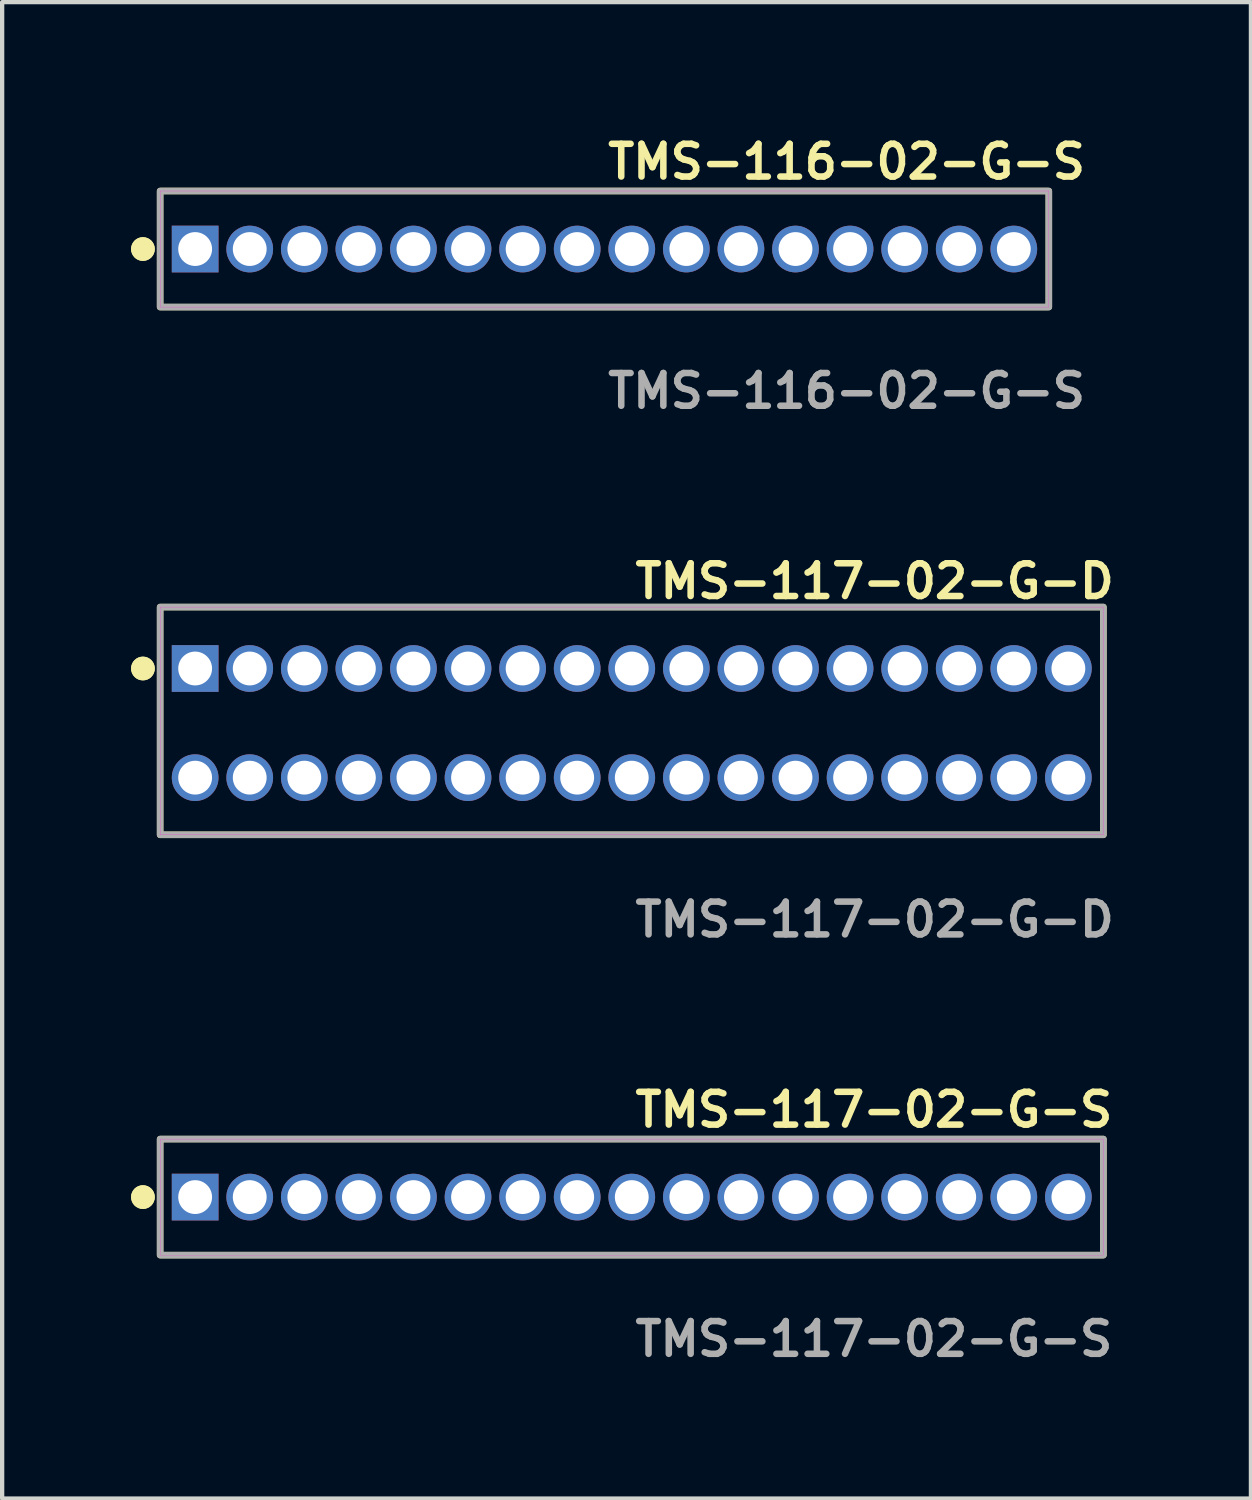
<source format=kicad_pcb>
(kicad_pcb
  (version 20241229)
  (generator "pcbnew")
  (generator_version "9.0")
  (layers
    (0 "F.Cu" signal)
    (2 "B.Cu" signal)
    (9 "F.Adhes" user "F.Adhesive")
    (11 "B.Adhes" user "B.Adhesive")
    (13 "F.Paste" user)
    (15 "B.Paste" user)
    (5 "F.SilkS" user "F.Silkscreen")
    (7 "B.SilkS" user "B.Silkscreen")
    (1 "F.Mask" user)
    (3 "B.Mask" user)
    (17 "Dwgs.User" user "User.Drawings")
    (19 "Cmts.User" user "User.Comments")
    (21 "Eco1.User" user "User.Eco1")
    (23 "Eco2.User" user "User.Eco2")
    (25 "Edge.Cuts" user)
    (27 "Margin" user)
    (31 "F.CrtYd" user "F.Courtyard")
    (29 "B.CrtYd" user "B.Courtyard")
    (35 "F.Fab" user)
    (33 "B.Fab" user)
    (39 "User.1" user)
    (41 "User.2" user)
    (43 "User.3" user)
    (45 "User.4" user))
  (footprint "TMS-117-02-G-S"
    (layer "F.Cu")
    (at 11.651 24.806)
    (property "Reference" "TMS-117-02-G-S" (at 0 -2.032 0) (unlocked yes) (layer "F.SilkS") (effects (font (size 0.762 0.762) (thickness 0.152)) (justify left)))
    (fp_rect (start -10.975 1.35) (end 10.975 -1.35) (stroke (width 0.152) (type solid)) (fill no) (layer "F.SilkS"))
    (fp_circle (center -11.375 0) (end -11.575 0) (stroke (width 0.152) (type solid)) (fill yes) (layer "F.SilkS"))
    (fp_circle (center -11.375 0) (end -11.575 0) (stroke (width 0.152) (type solid)) (fill yes) (layer "F.SilkS"))
    (fp_rect (start -10.975 1.35) (end 10.975 -1.35) (stroke (width 0.006) (type solid)) (fill no) (layer "F.CrtYd"))
    (fp_rect (start -10.975 1.35) (end 10.975 -1.35) (stroke (width 0.152) (type solid)) (fill no) (layer "F.Fab"))
    (fp_text user "${REFERENCE}" (at 0 3.302 0) (unlocked yes) (layer "F.Fab") (effects (font (size 0.762 0.762) (thickness 0.152)) (justify left)))
    (pad "1" thru_hole rect (at -10.16 0) (size 1.087 1.087) (drill 0.787) (layers "*.Cu" "*.Mask"))
    (pad "2" thru_hole circle (at -8.89 0) (size 1.087 1.087) (drill 0.787) (layers "*.Cu" "*.Mask"))
    (pad "3" thru_hole circle (at -7.62 0) (size 1.087 1.087) (drill 0.787) (layers "*.Cu" "*.Mask"))
    (pad "4" thru_hole circle (at -6.35 0) (size 1.087 1.087) (drill 0.787) (layers "*.Cu" "*.Mask"))
    (pad "5" thru_hole circle (at -5.08 0) (size 1.087 1.087) (drill 0.787) (layers "*.Cu" "*.Mask"))
    (pad "6" thru_hole circle (at -3.81 0) (size 1.087 1.087) (drill 0.787) (layers "*.Cu" "*.Mask"))
    (pad "7" thru_hole circle (at -2.54 0) (size 1.087 1.087) (drill 0.787) (layers "*.Cu" "*.Mask"))
    (pad "8" thru_hole circle (at -1.27 0) (size 1.087 1.087) (drill 0.787) (layers "*.Cu" "*.Mask"))
    (pad "9" thru_hole circle (at 0 0) (size 1.087 1.087) (drill 0.787) (layers "*.Cu" "*.Mask"))
    (pad "10" thru_hole circle (at 1.27 0) (size 1.087 1.087) (drill 0.787) (layers "*.Cu" "*.Mask"))
    (pad "11" thru_hole circle (at 2.54 0) (size 1.087 1.087) (drill 0.787) (layers "*.Cu" "*.Mask"))
    (pad "12" thru_hole circle (at 3.81 0) (size 1.087 1.087) (drill 0.787) (layers "*.Cu" "*.Mask"))
    (pad "13" thru_hole circle (at 5.08 0) (size 1.087 1.087) (drill 0.787) (layers "*.Cu" "*.Mask"))
    (pad "14" thru_hole circle (at 6.35 0) (size 1.087 1.087) (drill 0.787) (layers "*.Cu" "*.Mask"))
    (pad "15" thru_hole circle (at 7.62 0) (size 1.087 1.087) (drill 0.787) (layers "*.Cu" "*.Mask"))
    (pad "16" thru_hole circle (at 8.89 0) (size 1.087 1.087) (drill 0.787) (layers "*.Cu" "*.Mask"))
    (pad "17" thru_hole circle (at 10.16 0) (size 1.087 1.087) (drill 0.787) (layers "*.Cu" "*.Mask")))
  (footprint "TMS-117-02-G-D"
    (layer "F.Cu")
    (at 11.651 13.776)
    (property "Reference" "TMS-117-02-G-D" (at 0 -3.302 0) (unlocked yes) (layer "F.SilkS") (effects (font (size 0.762 0.762) (thickness 0.152)) (justify left)))
    (fp_rect (start -10.975 2.6) (end 10.975 -2.7) (stroke (width 0.152) (type solid)) (fill no) (layer "F.SilkS"))
    (fp_circle (center -11.375 -1.27) (end -11.575 -1.27) (stroke (width 0.152) (type solid)) (fill yes) (layer "F.SilkS"))
    (fp_circle (center -11.375 -1.27) (end -11.575 -1.27) (stroke (width 0.152) (type solid)) (fill yes) (layer "F.SilkS"))
    (fp_rect (start -10.975 2.6) (end 10.975 -2.7) (stroke (width 0.006) (type solid)) (fill no) (layer "F.CrtYd"))
    (fp_rect (start -10.975 2.6) (end 10.975 -2.7) (stroke (width 0.152) (type solid)) (fill no) (layer "F.Fab"))
    (fp_text user "${REFERENCE}" (at 0 4.572 0) (unlocked yes) (layer "F.Fab") (effects (font (size 0.762 0.762) (thickness 0.152)) (justify left)))
    (pad "1" thru_hole rect (at -10.16 -1.27) (size 1.087 1.087) (drill 0.787) (layers "*.Cu" "*.Mask"))
    (pad "2" thru_hole circle (at -10.16 1.27) (size 1.087 1.087) (drill 0.787) (layers "*.Cu" "*.Mask"))
    (pad "3" thru_hole circle (at -8.89 -1.27) (size 1.087 1.087) (drill 0.787) (layers "*.Cu" "*.Mask"))
    (pad "4" thru_hole circle (at -8.89 1.27) (size 1.087 1.087) (drill 0.787) (layers "*.Cu" "*.Mask"))
    (pad "5" thru_hole circle (at -7.62 -1.27) (size 1.087 1.087) (drill 0.787) (layers "*.Cu" "*.Mask"))
    (pad "6" thru_hole circle (at -7.62 1.27) (size 1.087 1.087) (drill 0.787) (layers "*.Cu" "*.Mask"))
    (pad "7" thru_hole circle (at -6.35 -1.27) (size 1.087 1.087) (drill 0.787) (layers "*.Cu" "*.Mask"))
    (pad "8" thru_hole circle (at -6.35 1.27) (size 1.087 1.087) (drill 0.787) (layers "*.Cu" "*.Mask"))
    (pad "9" thru_hole circle (at -5.08 -1.27) (size 1.087 1.087) (drill 0.787) (layers "*.Cu" "*.Mask"))
    (pad "10" thru_hole circle (at -5.08 1.27) (size 1.087 1.087) (drill 0.787) (layers "*.Cu" "*.Mask"))
    (pad "11" thru_hole circle (at -3.81 -1.27) (size 1.087 1.087) (drill 0.787) (layers "*.Cu" "*.Mask"))
    (pad "12" thru_hole circle (at -3.81 1.27) (size 1.087 1.087) (drill 0.787) (layers "*.Cu" "*.Mask"))
    (pad "13" thru_hole circle (at -2.54 -1.27) (size 1.087 1.087) (drill 0.787) (layers "*.Cu" "*.Mask"))
    (pad "14" thru_hole circle (at -2.54 1.27) (size 1.087 1.087) (drill 0.787) (layers "*.Cu" "*.Mask"))
    (pad "15" thru_hole circle (at -1.27 -1.27) (size 1.087 1.087) (drill 0.787) (layers "*.Cu" "*.Mask"))
    (pad "16" thru_hole circle (at -1.27 1.27) (size 1.087 1.087) (drill 0.787) (layers "*.Cu" "*.Mask"))
    (pad "17" thru_hole circle (at 0 -1.27) (size 1.087 1.087) (drill 0.787) (layers "*.Cu" "*.Mask"))
    (pad "18" thru_hole circle (at 0 1.27) (size 1.087 1.087) (drill 0.787) (layers "*.Cu" "*.Mask"))
    (pad "19" thru_hole circle (at 1.27 -1.27) (size 1.087 1.087) (drill 0.787) (layers "*.Cu" "*.Mask"))
    (pad "20" thru_hole circle (at 1.27 1.27) (size 1.087 1.087) (drill 0.787) (layers "*.Cu" "*.Mask"))
    (pad "21" thru_hole circle (at 2.54 -1.27) (size 1.087 1.087) (drill 0.787) (layers "*.Cu" "*.Mask"))
    (pad "22" thru_hole circle (at 2.54 1.27) (size 1.087 1.087) (drill 0.787) (layers "*.Cu" "*.Mask"))
    (pad "23" thru_hole circle (at 3.81 -1.27) (size 1.087 1.087) (drill 0.787) (layers "*.Cu" "*.Mask"))
    (pad "24" thru_hole circle (at 3.81 1.27) (size 1.087 1.087) (drill 0.787) (layers "*.Cu" "*.Mask"))
    (pad "25" thru_hole circle (at 5.08 -1.27) (size 1.087 1.087) (drill 0.787) (layers "*.Cu" "*.Mask"))
    (pad "26" thru_hole circle (at 5.08 1.27) (size 1.087 1.087) (drill 0.787) (layers "*.Cu" "*.Mask"))
    (pad "27" thru_hole circle (at 6.35 -1.27) (size 1.087 1.087) (drill 0.787) (layers "*.Cu" "*.Mask"))
    (pad "28" thru_hole circle (at 6.35 1.27) (size 1.087 1.087) (drill 0.787) (layers "*.Cu" "*.Mask"))
    (pad "29" thru_hole circle (at 7.62 -1.27) (size 1.087 1.087) (drill 0.787) (layers "*.Cu" "*.Mask"))
    (pad "30" thru_hole circle (at 7.62 1.27) (size 1.087 1.087) (drill 0.787) (layers "*.Cu" "*.Mask"))
    (pad "31" thru_hole circle (at 8.89 -1.27) (size 1.087 1.087) (drill 0.787) (layers "*.Cu" "*.Mask"))
    (pad "32" thru_hole circle (at 8.89 1.27) (size 1.087 1.087) (drill 0.787) (layers "*.Cu" "*.Mask"))
    (pad "33" thru_hole circle (at 10.16 -1.27) (size 1.087 1.087) (drill 0.787) (layers "*.Cu" "*.Mask"))
    (pad "34" thru_hole circle (at 10.16 1.27) (size 1.087 1.087) (drill 0.787) (layers "*.Cu" "*.Mask")))
  (footprint "TMS-116-02-G-S"
    (layer "F.Cu")
    (at 11.016 2.745)
    (property "Reference" "TMS-116-02-G-S" (at 0 -2.032 0) (unlocked yes) (layer "F.SilkS") (effects (font (size 0.762 0.762) (thickness 0.152)) (justify left)))
    (fp_rect (start -10.34 1.35) (end 10.34 -1.35) (stroke (width 0.152) (type solid)) (fill no) (layer "F.SilkS"))
    (fp_circle (center -10.74 0) (end -10.94 0) (stroke (width 0.152) (type solid)) (fill yes) (layer "F.SilkS"))
    (fp_circle (center -10.74 0) (end -10.94 0) (stroke (width 0.152) (type solid)) (fill yes) (layer "F.SilkS"))
    (fp_rect (start -10.34 1.35) (end 10.34 -1.35) (stroke (width 0.006) (type solid)) (fill no) (layer "F.CrtYd"))
    (fp_rect (start -10.34 1.35) (end 10.34 -1.35) (stroke (width 0.152) (type solid)) (fill no) (layer "F.Fab"))
    (fp_text user "${REFERENCE}" (at 0 3.302 0) (unlocked yes) (layer "F.Fab") (effects (font (size 0.762 0.762) (thickness 0.152)) (justify left)))
    (pad "1" thru_hole rect (at -9.525 0) (size 1.087 1.087) (drill 0.787) (layers "*.Cu" "*.Mask"))
    (pad "2" thru_hole circle (at -8.255 0) (size 1.087 1.087) (drill 0.787) (layers "*.Cu" "*.Mask"))
    (pad "3" thru_hole circle (at -6.985 0) (size 1.087 1.087) (drill 0.787) (layers "*.Cu" "*.Mask"))
    (pad "4" thru_hole circle (at -5.715 0) (size 1.087 1.087) (drill 0.787) (layers "*.Cu" "*.Mask"))
    (pad "5" thru_hole circle (at -4.445 0) (size 1.087 1.087) (drill 0.787) (layers "*.Cu" "*.Mask"))
    (pad "6" thru_hole circle (at -3.175 0) (size 1.087 1.087) (drill 0.787) (layers "*.Cu" "*.Mask"))
    (pad "7" thru_hole circle (at -1.905 0) (size 1.087 1.087) (drill 0.787) (layers "*.Cu" "*.Mask"))
    (pad "8" thru_hole circle (at -0.635 0) (size 1.087 1.087) (drill 0.787) (layers "*.Cu" "*.Mask"))
    (pad "9" thru_hole circle (at 0.635 0) (size 1.087 1.087) (drill 0.787) (layers "*.Cu" "*.Mask"))
    (pad "10" thru_hole circle (at 1.905 0) (size 1.087 1.087) (drill 0.787) (layers "*.Cu" "*.Mask"))
    (pad "11" thru_hole circle (at 3.175 0) (size 1.087 1.087) (drill 0.787) (layers "*.Cu" "*.Mask"))
    (pad "12" thru_hole circle (at 4.445 0) (size 1.087 1.087) (drill 0.787) (layers "*.Cu" "*.Mask"))
    (pad "13" thru_hole circle (at 5.715 0) (size 1.087 1.087) (drill 0.787) (layers "*.Cu" "*.Mask"))
    (pad "14" thru_hole circle (at 6.985 0) (size 1.087 1.087) (drill 0.787) (layers "*.Cu" "*.Mask"))
    (pad "15" thru_hole circle (at 8.255 0) (size 1.087 1.087) (drill 0.787) (layers "*.Cu" "*.Mask"))
    (pad "16" thru_hole circle (at 9.525 0) (size 1.087 1.087) (drill 0.787) (layers "*.Cu" "*.Mask")))
  (gr_rect
    (start -3 -3)
    (end 26.059 31.821)
    (stroke (width 0.1) (type default))
    (fill no)
    (layer "Edge.Cuts")))
</source>
